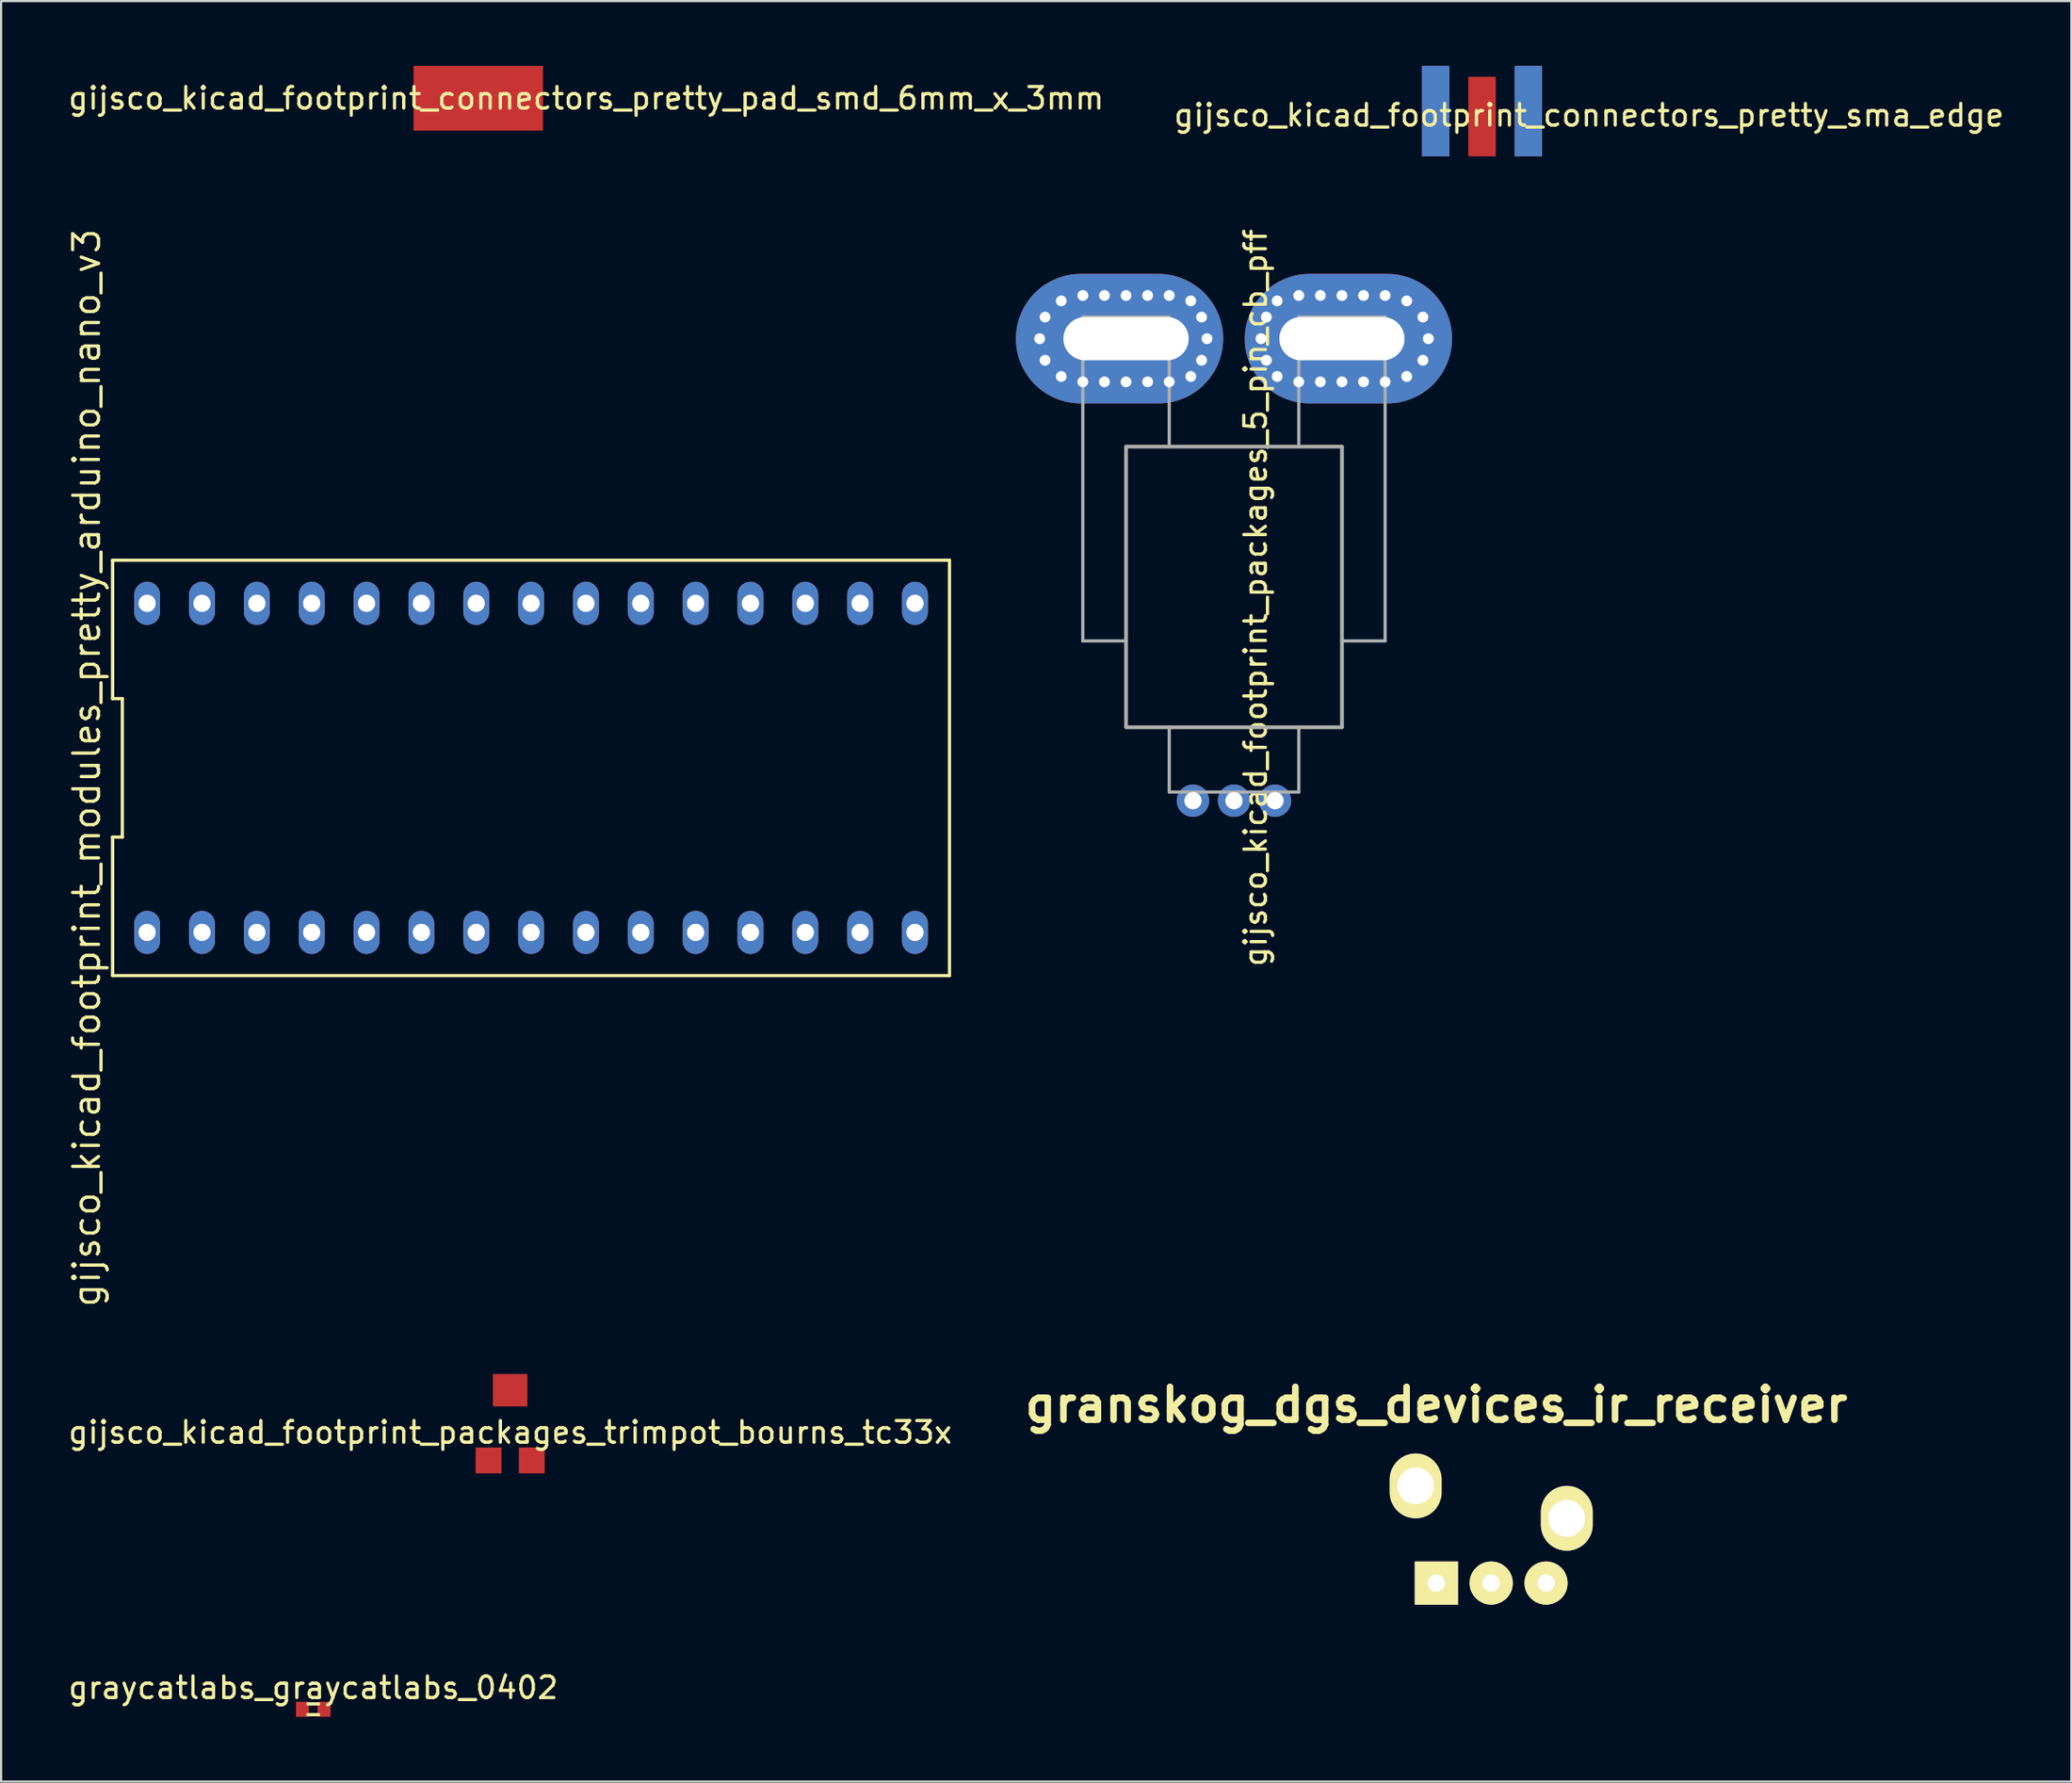
<source format=kicad_pcb>
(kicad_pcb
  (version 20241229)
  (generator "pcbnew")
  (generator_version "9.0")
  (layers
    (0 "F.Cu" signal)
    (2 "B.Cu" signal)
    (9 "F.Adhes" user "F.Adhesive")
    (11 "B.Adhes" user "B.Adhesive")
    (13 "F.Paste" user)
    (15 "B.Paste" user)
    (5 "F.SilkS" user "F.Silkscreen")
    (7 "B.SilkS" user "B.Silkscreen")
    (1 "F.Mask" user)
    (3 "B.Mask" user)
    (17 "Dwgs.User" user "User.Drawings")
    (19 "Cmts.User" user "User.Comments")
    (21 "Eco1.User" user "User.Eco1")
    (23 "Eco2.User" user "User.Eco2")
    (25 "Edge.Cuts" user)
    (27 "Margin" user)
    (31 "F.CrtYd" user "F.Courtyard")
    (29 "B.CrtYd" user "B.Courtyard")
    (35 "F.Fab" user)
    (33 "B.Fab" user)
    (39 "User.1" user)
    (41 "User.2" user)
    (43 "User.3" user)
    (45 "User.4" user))
  (footprint "gijsco_kicad_footprint_connectors_pretty_pad_smd_6mm_x_3mm"
    (layer "F.Cu")
    (at 19.101 1.5)
    (property "Reference" "gijsco_kicad_footprint_connectors_pretty_pad_smd_6mm_x_3mm" (at 5 0 0) (layer "F.SilkS") (effects (font (size 1 1) (thickness 0.15))))
    (attr through_hole)
    (pad "1" smd rect (at 0 0) (size 6 3) (layers "F.Cu" "F.Mask" "F.Paste")))
  (footprint "granskog_dgs_devices_ir_receiver"
    (layer "F.Cu")
    (at 63.473 70.275)
    (property "Reference" "granskog_dgs_devices_ir_receiver" (at 0 -8.255 0) (layer "F.SilkS") (effects (font (size 1.524 1.524) (thickness 0.305))))
    (attr through_hole)
    (pad "" thru_hole oval (at -0.96 -4.5 270) (size 3 2.4) (drill 1.7) (layers "*.Cu" "*.Mask" "F.SilkS"))
    (pad "" thru_hole oval (at 6.04 -3 270) (size 3 2.4) (drill 1.7) (layers "*.Cu" "*.Mask" "F.SilkS"))
    (pad "1" thru_hole rect (at 0 0 270) (size 1.999 1.999) (drill 0.8) (layers "*.Cu" "*.Mask" "F.SilkS"))
    (pad "2" thru_hole circle (at 2.54 0 270) (size 1.999 1.999) (drill 0.8) (layers "*.Cu" "*.Mask" "F.SilkS"))
    (pad "3" thru_hole circle (at 5.08 0 270) (size 1.999 1.999) (drill 0.8) (layers "*.Cu" "*.Mask" "F.SilkS")))
  (footprint "graycatlabs_graycatlabs_0402"
    (layer "F.Cu")
    (at 11.458 76.123)
    (property "Reference" "graycatlabs_graycatlabs_0402" (at 0 -1 0) (layer "F.SilkS") (effects (font (size 1 1) (thickness 0.15))))
    (attr through_hole)
    (fp_line (start -0.25 0.25) (end 0.25 0.25) (stroke (width 0.15) (type solid)) (layer "F.SilkS"))
    (fp_line (start 0.25 -0.25) (end -0.25 -0.25) (stroke (width 0.15) (type solid)) (layer "F.SilkS"))
    (pad "1" smd rect (at -0.5 0) (size 0.6 0.7) (layers "F.Cu" "F.Mask" "F.Paste"))
    (pad "2" smd rect (at 0.5 0) (size 0.6 0.7) (layers "F.Cu" "F.Mask" "F.Paste")))
  (footprint "gijsco_kicad_footprint_modules_pretty_arduino_nano_v3"
    (layer "F.Cu")
    (at 21.545 32.517)
    (property "Reference" "gijsco_kicad_footprint_modules_pretty_arduino_nano_v3" (at -20.58 0 90) (layer "F.SilkS") (effects (font (size 1.2 1.2) (thickness 0.15))))
    (attr through_hole)
    (fp_line (start -19.38 -9.62) (end -19.38 -3.207) (stroke (width 0.15) (type solid)) (layer "F.SilkS"))
    (fp_line (start -19.38 -3.207) (end -18.93 -3.207) (stroke (width 0.15) (type solid)) (layer "F.SilkS"))
    (fp_line (start -19.38 3.207) (end -19.38 9.62) (stroke (width 0.15) (type solid)) (layer "F.SilkS"))
    (fp_line (start -19.38 9.62) (end 19.38 9.62) (stroke (width 0.15) (type solid)) (layer "F.SilkS"))
    (fp_line (start -18.93 -3.207) (end -18.93 3.207) (stroke (width 0.15) (type solid)) (layer "F.SilkS"))
    (fp_line (start -18.93 3.207) (end -19.38 3.207) (stroke (width 0.15) (type solid)) (layer "F.SilkS"))
    (fp_line (start 19.38 -9.62) (end -19.38 -9.62) (stroke (width 0.15) (type solid)) (layer "F.SilkS"))
    (fp_line (start 19.38 9.62) (end 19.38 -9.62) (stroke (width 0.15) (type solid)) (layer "F.SilkS"))
    (pad "1" thru_hole oval (at -17.78 7.62) (size 1.2 2) (drill 0.8) (layers "*.Cu" "*.Mask"))
    (pad "2" thru_hole oval (at -15.24 7.62) (size 1.2 2) (drill 0.8) (layers "*.Cu" "*.Mask"))
    (pad "3" thru_hole oval (at -12.7 7.62) (size 1.2 2) (drill 0.8) (layers "*.Cu" "*.Mask"))
    (pad "4" thru_hole oval (at -10.16 7.62) (size 1.2 2) (drill 0.8) (layers "*.Cu" "*.Mask"))
    (pad "5" thru_hole oval (at -7.62 7.62) (size 1.2 2) (drill 0.8) (layers "*.Cu" "*.Mask"))
    (pad "6" thru_hole oval (at -5.08 7.62) (size 1.2 2) (drill 0.8) (layers "*.Cu" "*.Mask"))
    (pad "7" thru_hole oval (at -2.54 7.62) (size 1.2 2) (drill 0.8) (layers "*.Cu" "*.Mask"))
    (pad "8" thru_hole oval (at 0 7.62) (size 1.2 2) (drill 0.8) (layers "*.Cu" "*.Mask"))
    (pad "9" thru_hole oval (at 2.54 7.62) (size 1.2 2) (drill 0.8) (layers "*.Cu" "*.Mask"))
    (pad "10" thru_hole oval (at 5.08 7.62) (size 1.2 2) (drill 0.8) (layers "*.Cu" "*.Mask"))
    (pad "11" thru_hole oval (at 7.62 7.62) (size 1.2 2) (drill 0.8) (layers "*.Cu" "*.Mask"))
    (pad "12" thru_hole oval (at 10.16 7.62) (size 1.2 2) (drill 0.8) (layers "*.Cu" "*.Mask"))
    (pad "13" thru_hole oval (at 12.7 7.62) (size 1.2 2) (drill 0.8) (layers "*.Cu" "*.Mask"))
    (pad "14" thru_hole oval (at 15.24 7.62) (size 1.2 2) (drill 0.8) (layers "*.Cu" "*.Mask"))
    (pad "15" thru_hole oval (at 17.78 7.62) (size 1.2 2) (drill 0.8) (layers "*.Cu" "*.Mask"))
    (pad "16" thru_hole oval (at 17.78 -7.62) (size 1.2 2) (drill 0.8) (layers "*.Cu" "*.Mask"))
    (pad "17" thru_hole oval (at 15.24 -7.62) (size 1.2 2) (drill 0.8) (layers "*.Cu" "*.Mask"))
    (pad "18" thru_hole oval (at 12.7 -7.62) (size 1.2 2) (drill 0.8) (layers "*.Cu" "*.Mask"))
    (pad "19" thru_hole oval (at 10.16 -7.62) (size 1.2 2) (drill 0.8) (layers "*.Cu" "*.Mask"))
    (pad "20" thru_hole oval (at 7.62 -7.62) (size 1.2 2) (drill 0.8) (layers "*.Cu" "*.Mask"))
    (pad "21" thru_hole oval (at 5.08 -7.62) (size 1.2 2) (drill 0.8) (layers "*.Cu" "*.Mask"))
    (pad "22" thru_hole oval (at 2.54 -7.62) (size 1.2 2) (drill 0.8) (layers "*.Cu" "*.Mask"))
    (pad "23" thru_hole oval (at 0 -7.62) (size 1.2 2) (drill 0.8) (layers "*.Cu" "*.Mask"))
    (pad "24" thru_hole oval (at -2.54 -7.62) (size 1.2 2) (drill 0.8) (layers "*.Cu" "*.Mask"))
    (pad "25" thru_hole oval (at -5.08 -7.62) (size 1.2 2) (drill 0.8) (layers "*.Cu" "*.Mask"))
    (pad "26" thru_hole oval (at -7.62 -7.62) (size 1.2 2) (drill 0.8) (layers "*.Cu" "*.Mask"))
    (pad "27" thru_hole oval (at -10.16 -7.62) (size 1.2 2) (drill 0.8) (layers "*.Cu" "*.Mask"))
    (pad "28" thru_hole oval (at -12.7 -7.62) (size 1.2 2) (drill 0.8) (layers "*.Cu" "*.Mask"))
    (pad "29" thru_hole oval (at -15.24 -7.62) (size 1.2 2) (drill 0.8) (layers "*.Cu" "*.Mask"))
    (pad "30" thru_hole oval (at -17.78 -7.62) (size 1.2 2) (drill 0.8) (layers "*.Cu" "*.Mask")))
  (footprint "gijsco_kicad_footprint_packages_5_pin_cb_pff"
    (layer "F.Cu")
    (at 54.1 24.637)
    (property "Reference" "gijsco_kicad_footprint_packages_5_pin_cb_pff" (at 1 0 90) (layer "F.SilkS") (effects (font (size 1 1) (thickness 0.15))))
    (attr through_hole)
    (fp_line (start -5 -7) (end 5 -7) (stroke (width 0.15) (type solid)) (layer "F.SilkS"))
    (fp_line (start -5 6) (end -5 -7) (stroke (width 0.15) (type solid)) (layer "F.SilkS"))
    (fp_line (start 5 -7) (end 5 6) (stroke (width 0.15) (type solid)) (layer "F.SilkS"))
    (fp_line (start 5 6) (end -5 6) (stroke (width 0.15) (type solid)) (layer "F.SilkS"))
    (fp_line (start -7 -13) (end -3 -13) (stroke (width 0.15) (type solid)) (layer "F.Fab"))
    (fp_line (start -7 2) (end -7 -13) (stroke (width 0.15) (type solid)) (layer "F.Fab"))
    (fp_line (start -5 -7) (end 5 -7) (stroke (width 0.15) (type solid)) (layer "F.Fab"))
    (fp_line (start -5 2) (end -7 2) (stroke (width 0.15) (type solid)) (layer "F.Fab"))
    (fp_line (start -5 6) (end -5 -7) (stroke (width 0.15) (type solid)) (layer "F.Fab"))
    (fp_line (start -3 -13) (end -3 -7) (stroke (width 0.15) (type solid)) (layer "F.Fab"))
    (fp_line (start -3 6) (end -3 9) (stroke (width 0.15) (type solid)) (layer "F.Fab"))
    (fp_line (start -3 9) (end 3 9) (stroke (width 0.15) (type solid)) (layer "F.Fab"))
    (fp_line (start 3 -13) (end 3 -7) (stroke (width 0.15) (type solid)) (layer "F.Fab"))
    (fp_line (start 3 9) (end 3 6) (stroke (width 0.15) (type solid)) (layer "F.Fab"))
    (fp_line (start 5 -7) (end 5 6) (stroke (width 0.15) (type solid)) (layer "F.Fab"))
    (fp_line (start 5 2) (end 7 2) (stroke (width 0.15) (type solid)) (layer "F.Fab"))
    (fp_line (start 5 6) (end -5 6) (stroke (width 0.15) (type solid)) (layer "F.Fab"))
    (fp_line (start 7 -13) (end 3 -13) (stroke (width 0.15) (type solid)) (layer "F.Fab"))
    (fp_line (start 7 2) (end 7 -13) (stroke (width 0.15) (type solid)) (layer "F.Fab"))
    (pad "1" thru_hole circle (at -1.9 9.4) (size 1.5 1.5) (drill 0.8) (layers "*.Cu" "*.Mask"))
    (pad "2" thru_hole circle (at 0 9.4) (size 1.5 1.5) (drill 0.8) (layers "*.Cu" "*.Mask"))
    (pad "3" thru_hole circle (at 1.9 9.4) (size 1.5 1.5) (drill 0.8) (layers "*.Cu" "*.Mask"))
    (pad "4" thru_hole circle (at 1.25 -12) (size 0.5 0.5) (drill 0.5) (layers "*.Cu" "*.Mask"))
    (pad "4" thru_hole circle (at 1.5 -13) (size 0.5 0.5) (drill 0.5) (layers "*.Cu" "*.Mask"))
    (pad "4" thru_hole circle (at 1.5 -11) (size 0.5 0.5) (drill 0.5) (layers "*.Cu" "*.Mask"))
    (pad "4" thru_hole circle (at 2 -13.75) (size 0.5 0.5) (drill 0.5) (layers "*.Cu" "*.Mask"))
    (pad "4" thru_hole circle (at 2 -10.25) (size 0.5 0.5) (drill 0.5) (layers "*.Cu" "*.Mask"))
    (pad "4" thru_hole circle (at 3 -14) (size 0.5 0.5) (drill 0.5) (layers "*.Cu" "*.Mask"))
    (pad "4" thru_hole circle (at 3 -10) (size 0.5 0.5) (drill 0.5) (layers "*.Cu" "*.Mask"))
    (pad "4" thru_hole circle (at 4 -14) (size 0.5 0.5) (drill 0.5) (layers "*.Cu" "*.Mask"))
    (pad "4" thru_hole circle (at 4 -10) (size 0.5 0.5) (drill 0.5) (layers "*.Cu" "*.Mask"))
    (pad "4" thru_hole circle (at 5 -14) (size 0.5 0.5) (drill 0.5) (layers "*.Cu" "*.Mask"))
    (pad "4" thru_hole oval (at 5 -12) (size 9.6 6) (drill oval 5.8 2 (offset 0.3 0)) (layers "*.Cu" "*.Mask"))
    (pad "4" thru_hole circle (at 5 -10) (size 0.5 0.5) (drill 0.5) (layers "*.Cu" "*.Mask"))
    (pad "4" thru_hole circle (at 6 -14) (size 0.5 0.5) (drill 0.5) (layers "*.Cu" "*.Mask"))
    (pad "4" thru_hole circle (at 6 -10) (size 0.5 0.5) (drill 0.5) (layers "*.Cu" "*.Mask"))
    (pad "4" thru_hole circle (at 7 -14) (size 0.5 0.5) (drill 0.5) (layers "*.Cu" "*.Mask"))
    (pad "4" thru_hole circle (at 7 -10) (size 0.5 0.5) (drill 0.5) (layers "*.Cu" "*.Mask"))
    (pad "4" thru_hole circle (at 8 -13.75) (size 0.5 0.5) (drill 0.5) (layers "*.Cu" "*.Mask"))
    (pad "4" thru_hole circle (at 8 -10.25) (size 0.5 0.5) (drill 0.5) (layers "*.Cu" "*.Mask"))
    (pad "4" thru_hole circle (at 8.75 -13) (size 0.5 0.5) (drill 0.5) (layers "*.Cu" "*.Mask"))
    (pad "4" thru_hole circle (at 8.75 -11) (size 0.5 0.5) (drill 0.5) (layers "*.Cu" "*.Mask"))
    (pad "4" thru_hole circle (at 9 -12) (size 0.5 0.5) (drill 0.5) (layers "*.Cu" "*.Mask"))
    (pad "5" thru_hole circle (at -9 -12) (size 0.5 0.5) (drill 0.5) (layers "*.Cu" "*.Mask"))
    (pad "5" thru_hole circle (at -8.75 -13) (size 0.5 0.5) (drill 0.5) (layers "*.Cu" "*.Mask"))
    (pad "5" thru_hole circle (at -8.75 -11) (size 0.5 0.5) (drill 0.5) (layers "*.Cu" "*.Mask"))
    (pad "5" thru_hole circle (at -8 -13.75) (size 0.5 0.5) (drill 0.5) (layers "*.Cu" "*.Mask"))
    (pad "5" thru_hole circle (at -8 -10.25) (size 0.5 0.5) (drill 0.5) (layers "*.Cu" "*.Mask"))
    (pad "5" thru_hole circle (at -7 -14) (size 0.5 0.5) (drill 0.5) (layers "*.Cu" "*.Mask"))
    (pad "5" thru_hole circle (at -7 -10) (size 0.5 0.5) (drill 0.5) (layers "*.Cu" "*.Mask"))
    (pad "5" thru_hole circle (at -6 -14) (size 0.5 0.5) (drill 0.5) (layers "*.Cu" "*.Mask"))
    (pad "5" thru_hole circle (at -6 -10) (size 0.5 0.5) (drill 0.5) (layers "*.Cu" "*.Mask"))
    (pad "5" thru_hole circle (at -5 -14) (size 0.5 0.5) (drill 0.5) (layers "*.Cu" "*.Mask"))
    (pad "5" thru_hole oval (at -5 -12) (size 9.6 6) (drill oval 5.8 2 (offset -0.3 0)) (layers "*.Cu" "*.Mask"))
    (pad "5" thru_hole circle (at -5 -10) (size 0.5 0.5) (drill 0.5) (layers "*.Cu" "*.Mask"))
    (pad "5" thru_hole circle (at -4 -14) (size 0.5 0.5) (drill 0.5) (layers "*.Cu" "*.Mask"))
    (pad "5" thru_hole circle (at -4 -10) (size 0.5 0.5) (drill 0.5) (layers "*.Cu" "*.Mask"))
    (pad "5" thru_hole circle (at -3 -14) (size 0.5 0.5) (drill 0.5) (layers "*.Cu" "*.Mask"))
    (pad "5" thru_hole circle (at -3 -10) (size 0.5 0.5) (drill 0.5) (layers "*.Cu" "*.Mask"))
    (pad "5" thru_hole circle (at -2 -13.75) (size 0.5 0.5) (drill 0.5) (layers "*.Cu" "*.Mask"))
    (pad "5" thru_hole circle (at -2 -10.25) (size 0.5 0.5) (drill 0.5) (layers "*.Cu" "*.Mask"))
    (pad "5" thru_hole circle (at -1.5 -13) (size 0.5 0.5) (drill 0.5) (layers "*.Cu" "*.Mask"))
    (pad "5" thru_hole circle (at -1.5 -11) (size 0.5 0.5) (drill 0.5) (layers "*.Cu" "*.Mask"))
    (pad "5" thru_hole circle (at -1.25 -12) (size 0.5 0.5) (drill 0.5) (layers "*.Cu" "*.Mask")))
  (footprint "gijsco_kicad_footprint_packages_trimpot_bourns_tc33x"
    (layer "F.Cu")
    (at 20.577 62.794)
    (property "Reference" "gijsco_kicad_footprint_packages_trimpot_bourns_tc33x" (at 0 0.5 0) (layer "F.SilkS") (effects (font (size 1 1) (thickness 0.15))))
    (attr through_hole)
    (pad "1" smd rect (at -1 1.8) (size 1.2 1.2) (layers "F.Cu" "F.Mask" "F.Paste"))
    (pad "2" smd rect (at 0 -1.45) (size 1.6 1.5) (layers "F.Cu" "F.Mask" "F.Paste"))
    (pad "3" smd rect (at 1 1.8) (size 1.2 1.2) (layers "F.Cu" "F.Mask" "F.Paste")))
  (footprint "gijsco_kicad_footprint_connectors_pretty_sma_edge"
    (layer "F.Cu")
    (at 65.589 4.191)
    (property "Reference" "gijsco_kicad_footprint_connectors_pretty_sma_edge" (at 4.953 -1.905 0) (layer "F.SilkS") (effects (font (size 1 1) (thickness 0.15))))
    (attr through_hole)
    (pad "1" smd rect (at 0 -1.841) (size 1.27 3.683) (layers "F.Cu" "F.Mask" "F.Paste"))
    (pad "2" smd rect (at -2.146 -2.095) (size 1.27 4.191) (layers "F.Cu" "F.Mask" "F.Paste"))
    (pad "2" smd rect (at -2.146 -2.095) (size 1.27 4.191) (layers "B.Cu" "B.Mask" "B.Paste"))
    (pad "2" smd rect (at 2.146 -2.095) (size 1.27 4.191) (layers "F.Cu" "F.Mask" "F.Paste"))
    (pad "2" smd rect (at 2.146 -2.095) (size 1.27 4.191) (layers "B.Cu" "B.Mask" "B.Paste")))
  (gr_rect
    (start -3 -3)
    (end 92.881 79.473)
    (stroke (width 0.1) (type default))
    (fill no)
    (layer "Edge.Cuts")))
</source>
